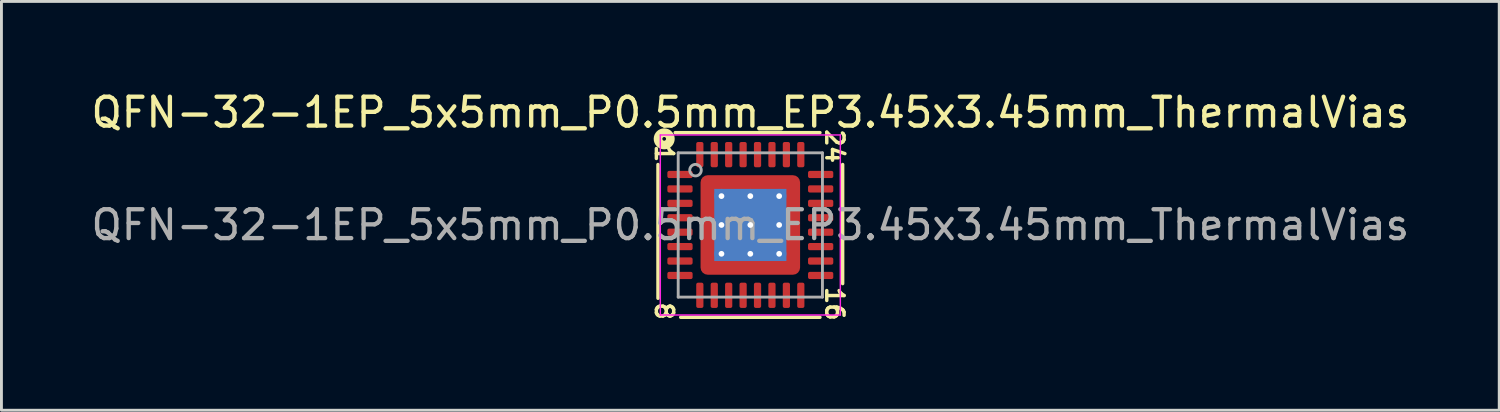
<source format=kicad_pcb>
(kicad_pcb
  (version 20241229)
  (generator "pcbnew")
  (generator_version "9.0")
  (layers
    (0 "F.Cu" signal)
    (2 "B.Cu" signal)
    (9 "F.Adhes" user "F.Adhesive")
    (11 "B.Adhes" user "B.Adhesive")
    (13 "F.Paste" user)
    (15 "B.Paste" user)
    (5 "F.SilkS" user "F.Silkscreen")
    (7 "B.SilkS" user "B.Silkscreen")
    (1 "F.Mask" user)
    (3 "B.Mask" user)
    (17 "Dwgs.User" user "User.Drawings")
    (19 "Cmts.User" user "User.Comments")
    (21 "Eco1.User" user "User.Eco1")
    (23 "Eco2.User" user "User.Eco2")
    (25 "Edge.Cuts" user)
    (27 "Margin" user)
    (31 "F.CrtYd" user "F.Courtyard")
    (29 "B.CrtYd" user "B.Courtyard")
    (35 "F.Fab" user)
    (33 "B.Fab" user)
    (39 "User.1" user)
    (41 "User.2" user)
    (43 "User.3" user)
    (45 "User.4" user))
  (footprint "QFN-32-1EP_5x5mm_P0.5mm_EP3.45x3.45mm_ThermalVias"
    (layer "F.Cu")
    (at 22.958 4.748)
    (property "Reference" "QFN-32-1EP_5x5mm_P0.5mm_EP3.45x3.45mm_ThermalVias" (at 0 -3.9 0) (layer "F.SilkS") (effects (font (size 1 1) (thickness 0.15))))
    (attr smd)
    (fp_line (start -3.2 -2.095) (end -3.2 2.54) (stroke (width 0.12) (type solid)) (layer "F.SilkS"))
    (fp_line (start -2.413 3.2) (end 2.413 3.2) (stroke (width 0.12) (type solid)) (layer "F.SilkS"))
    (fp_line (start 2.413 -3.2) (end -2.603 -3.2) (stroke (width 0.12) (type solid)) (layer "F.SilkS"))
    (fp_line (start 3.2 2.032) (end 3.2 -2.095) (stroke (width 0.12) (type solid)) (layer "F.SilkS"))
    (fp_circle (center -2.985 -2.985) (end -2.921 -2.985) (stroke (width 0.3) (type solid)) (fill no) (layer "F.SilkS"))
    (fp_line (start -3.12 -3.12) (end -3.12 3.12) (stroke (width 0.05) (type solid)) (layer "F.CrtYd"))
    (fp_line (start -3.12 3.12) (end 3.12 3.12) (stroke (width 0.05) (type solid)) (layer "F.CrtYd"))
    (fp_line (start 3.12 -3.12) (end -3.12 -3.12) (stroke (width 0.05) (type solid)) (layer "F.CrtYd"))
    (fp_line (start 3.12 3.12) (end 3.12 -3.12) (stroke (width 0.05) (type solid)) (layer "F.CrtYd"))
    (fp_line (start -2.5 -2.5) (end 2.5 -2.5) (stroke (width 0.1) (type solid)) (layer "F.Fab"))
    (fp_line (start -2.5 2.5) (end -2.5 -2.5) (stroke (width 0.1) (type solid)) (layer "F.Fab"))
    (fp_line (start 2.5 -2.5) (end 2.5 2.5) (stroke (width 0.1) (type solid)) (layer "F.Fab"))
    (fp_line (start 2.5 2.5) (end -2.5 2.5) (stroke (width 0.1) (type solid)) (layer "F.Fab"))
    (fp_circle (center -1.9 -1.9) (end -1.7 -1.9) (stroke (width 0.1) (type solid)) (fill no) (layer "F.Fab"))
    (fp_text user "16" (at 2.921 2.731 270) (unlocked yes) (layer "F.SilkS") (effects (font (size 0.6 0.6) (thickness 0.12))))
    (fp_text user "8" (at -2.985 2.985 270) (unlocked yes) (layer "F.SilkS") (effects (font (size 0.6 0.6) (thickness 0.12))))
    (fp_text user "1" (at -2.985 -2.477 270) (unlocked yes) (layer "F.SilkS") (effects (font (size 0.6 0.6) (thickness 0.12))))
    (fp_text user "24" (at 2.921 -2.731 270) (unlocked yes) (layer "F.SilkS") (effects (font (size 0.6 0.6) (thickness 0.12))))
    (fp_text user "${REFERENCE}" (at 0 0 0) (layer "F.Fab") (effects (font (size 1 1) (thickness 0.15))))
    (pad "" smd custom (at -1.363 -1.363) (size 0.484 0.484) (layers "F.Paste") (options (anchor circle)) (primitives (gr_poly (pts (xy 0.192 0.108) (xy 0.108 0.192) (xy -0.192 0.192) (xy -0.192 -0.192) (xy 0.192 -0.192)) (width 0.201) (fill yes))))
    (pad "" smd custom (at -1.363 -0.5) (size 0.503 0.503) (layers "F.Paste") (options (anchor circle)) (primitives (gr_poly (pts (xy 0.21 -0.254) (xy 0.21 0.254) (xy 0.143 0.321) (xy -0.21 0.321) (xy -0.21 -0.321) (xy 0.143 -0.321)) (width 0.164) (fill yes))))
    (pad "" smd custom (at -1.363 0.5) (size 0.503 0.503) (layers "F.Paste") (options (anchor circle)) (primitives (gr_poly (pts (xy 0.21 -0.254) (xy 0.21 0.254) (xy 0.143 0.321) (xy -0.21 0.321) (xy -0.21 -0.321) (xy 0.143 -0.321)) (width 0.164) (fill yes))))
    (pad "" smd custom (at -1.363 1.363) (size 0.484 0.484) (layers "F.Paste") (options (anchor circle)) (primitives (gr_poly (pts (xy 0.192 -0.108) (xy 0.192 0.192) (xy -0.192 0.192) (xy -0.192 -0.192) (xy 0.108 -0.192)) (width 0.201) (fill yes))))
    (pad "" smd custom (at -0.5 -1.363) (size 0.503 0.503) (layers "F.Paste") (options (anchor circle)) (primitives (gr_poly (pts (xy 0.321 0.143) (xy 0.254 0.21) (xy -0.254 0.21) (xy -0.321 0.143) (xy -0.321 -0.21) (xy 0.321 -0.21)) (width 0.164) (fill yes))))
    (pad "" smd roundrect (at -0.5 -0.5) (size 0.806 0.806) (layers "F.Paste") (roundrect_rratio 0.25))
    (pad "" smd roundrect (at -0.5 0.5) (size 0.806 0.806) (layers "F.Paste") (roundrect_rratio 0.25))
    (pad "" smd custom (at -0.5 1.363) (size 0.503 0.503) (layers "F.Paste") (options (anchor circle)) (primitives (gr_poly (pts (xy 0.321 -0.143) (xy 0.321 0.21) (xy -0.321 0.21) (xy -0.321 -0.143) (xy -0.254 -0.21) (xy 0.254 -0.21)) (width 0.164) (fill yes))))
    (pad "" smd custom (at 0.5 -1.363) (size 0.503 0.503) (layers "F.Paste") (options (anchor circle)) (primitives (gr_poly (pts (xy 0.321 0.143) (xy 0.254 0.21) (xy -0.254 0.21) (xy -0.321 0.143) (xy -0.321 -0.21) (xy 0.321 -0.21)) (width 0.164) (fill yes))))
    (pad "" smd roundrect (at 0.5 -0.5) (size 0.806 0.806) (layers "F.Paste") (roundrect_rratio 0.25))
    (pad "" smd roundrect (at 0.5 0.5) (size 0.806 0.806) (layers "F.Paste") (roundrect_rratio 0.25))
    (pad "" smd custom (at 0.5 1.363) (size 0.503 0.503) (layers "F.Paste") (options (anchor circle)) (primitives (gr_poly (pts (xy 0.321 -0.143) (xy 0.321 0.21) (xy -0.321 0.21) (xy -0.321 -0.143) (xy -0.254 -0.21) (xy 0.254 -0.21)) (width 0.164) (fill yes))))
    (pad "" smd custom (at 1.363 -1.363) (size 0.484 0.484) (layers "F.Paste") (options (anchor circle)) (primitives (gr_poly (pts (xy 0.192 0.192) (xy -0.108 0.192) (xy -0.192 0.108) (xy -0.192 -0.192) (xy 0.192 -0.192)) (width 0.201) (fill yes))))
    (pad "" smd custom (at 1.363 -0.5) (size 0.503 0.503) (layers "F.Paste") (options (anchor circle)) (primitives (gr_poly (pts (xy 0.21 0.321) (xy -0.143 0.321) (xy -0.21 0.254) (xy -0.21 -0.254) (xy -0.143 -0.321) (xy 0.21 -0.321)) (width 0.164) (fill yes))))
    (pad "" smd custom (at 1.363 0.5) (size 0.503 0.503) (layers "F.Paste") (options (anchor circle)) (primitives (gr_poly (pts (xy 0.21 0.321) (xy -0.143 0.321) (xy -0.21 0.254) (xy -0.21 -0.254) (xy -0.143 -0.321) (xy 0.21 -0.321)) (width 0.164) (fill yes))))
    (pad "" smd custom (at 1.363 1.363) (size 0.484 0.484) (layers "F.Paste") (options (anchor circle)) (primitives (gr_poly (pts (xy 0.192 0.192) (xy -0.192 0.192) (xy -0.192 -0.108) (xy -0.108 -0.192) (xy 0.192 -0.192)) (width 0.201) (fill yes))))
    (pad "1" smd roundrect (at -2.438 -1.75) (size 0.875 0.25) (layers "F.Cu" "F.Mask" "F.Paste") (roundrect_rratio 0.25))
    (pad "2" smd roundrect (at -2.438 -1.25) (size 0.875 0.25) (layers "F.Cu" "F.Mask" "F.Paste") (roundrect_rratio 0.25))
    (pad "3" smd roundrect (at -2.438 -0.75) (size 0.875 0.25) (layers "F.Cu" "F.Mask" "F.Paste") (roundrect_rratio 0.25))
    (pad "4" smd roundrect (at -2.438 -0.25) (size 0.875 0.25) (layers "F.Cu" "F.Mask" "F.Paste") (roundrect_rratio 0.25))
    (pad "5" smd roundrect (at -2.438 0.25) (size 0.875 0.25) (layers "F.Cu" "F.Mask" "F.Paste") (roundrect_rratio 0.25))
    (pad "6" smd roundrect (at -2.438 0.75) (size 0.875 0.25) (layers "F.Cu" "F.Mask" "F.Paste") (roundrect_rratio 0.25))
    (pad "7" smd roundrect (at -2.438 1.25) (size 0.875 0.25) (layers "F.Cu" "F.Mask" "F.Paste") (roundrect_rratio 0.25))
    (pad "8" smd roundrect (at -2.438 1.75) (size 0.875 0.25) (layers "F.Cu" "F.Mask" "F.Paste") (roundrect_rratio 0.25))
    (pad "9" smd roundrect (at -1.75 2.438) (size 0.25 0.875) (layers "F.Cu" "F.Mask" "F.Paste") (roundrect_rratio 0.25))
    (pad "10" smd roundrect (at -1.25 2.438) (size 0.25 0.875) (layers "F.Cu" "F.Mask" "F.Paste") (roundrect_rratio 0.25))
    (pad "11" smd roundrect (at -0.75 2.438) (size 0.25 0.875) (layers "F.Cu" "F.Mask" "F.Paste") (roundrect_rratio 0.25))
    (pad "12" smd roundrect (at -0.25 2.438) (size 0.25 0.875) (layers "F.Cu" "F.Mask" "F.Paste") (roundrect_rratio 0.25))
    (pad "13" smd roundrect (at 0.25 2.438) (size 0.25 0.875) (layers "F.Cu" "F.Mask" "F.Paste") (roundrect_rratio 0.25))
    (pad "14" smd roundrect (at 0.75 2.438) (size 0.25 0.875) (layers "F.Cu" "F.Mask" "F.Paste") (roundrect_rratio 0.25))
    (pad "15" smd roundrect (at 1.25 2.438) (size 0.25 0.875) (layers "F.Cu" "F.Mask" "F.Paste") (roundrect_rratio 0.25))
    (pad "16" smd roundrect (at 1.75 2.438) (size 0.25 0.875) (layers "F.Cu" "F.Mask" "F.Paste") (roundrect_rratio 0.25))
    (pad "17" smd roundrect (at 2.438 1.75) (size 0.875 0.25) (layers "F.Cu" "F.Mask" "F.Paste") (roundrect_rratio 0.25))
    (pad "18" smd roundrect (at 2.438 1.25) (size 0.875 0.25) (layers "F.Cu" "F.Mask" "F.Paste") (roundrect_rratio 0.25))
    (pad "19" smd roundrect (at 2.438 0.75) (size 0.875 0.25) (layers "F.Cu" "F.Mask" "F.Paste") (roundrect_rratio 0.25))
    (pad "20" smd roundrect (at 2.438 0.25) (size 0.875 0.25) (layers "F.Cu" "F.Mask" "F.Paste") (roundrect_rratio 0.25))
    (pad "21" smd roundrect (at 2.438 -0.25) (size 0.875 0.25) (layers "F.Cu" "F.Mask" "F.Paste") (roundrect_rratio 0.25))
    (pad "22" smd roundrect (at 2.438 -0.75) (size 0.875 0.25) (layers "F.Cu" "F.Mask" "F.Paste") (roundrect_rratio 0.25))
    (pad "23" smd roundrect (at 2.438 -1.25) (size 0.875 0.25) (layers "F.Cu" "F.Mask" "F.Paste") (roundrect_rratio 0.25))
    (pad "24" smd roundrect (at 2.438 -1.75) (size 0.875 0.25) (layers "F.Cu" "F.Mask" "F.Paste") (roundrect_rratio 0.25))
    (pad "25" smd roundrect (at 1.75 -2.438) (size 0.25 0.875) (layers "F.Cu" "F.Mask" "F.Paste") (roundrect_rratio 0.25))
    (pad "26" smd roundrect (at 1.25 -2.438) (size 0.25 0.875) (layers "F.Cu" "F.Mask" "F.Paste") (roundrect_rratio 0.25))
    (pad "27" smd roundrect (at 0.75 -2.438) (size 0.25 0.875) (layers "F.Cu" "F.Mask" "F.Paste") (roundrect_rratio 0.25))
    (pad "28" smd roundrect (at 0.25 -2.438) (size 0.25 0.875) (layers "F.Cu" "F.Mask" "F.Paste") (roundrect_rratio 0.25))
    (pad "29" smd roundrect (at -0.25 -2.438) (size 0.25 0.875) (layers "F.Cu" "F.Mask" "F.Paste") (roundrect_rratio 0.25))
    (pad "30" smd roundrect (at -0.75 -2.438) (size 0.25 0.875) (layers "F.Cu" "F.Mask" "F.Paste") (roundrect_rratio 0.25))
    (pad "31" smd roundrect (at -1.25 -2.438) (size 0.25 0.875) (layers "F.Cu" "F.Mask" "F.Paste") (roundrect_rratio 0.25))
    (pad "32" smd roundrect (at -1.75 -2.438) (size 0.25 0.875) (layers "F.Cu" "F.Mask" "F.Paste") (roundrect_rratio 0.25))
    (pad "33" thru_hole circle (at -1 -1) (size 0.5 0.5) (drill 0.2) (property pad_prop_heatsink) (layers "*.Cu"))
    (pad "33" thru_hole circle (at -1 0) (size 0.5 0.5) (drill 0.2) (property pad_prop_heatsink) (layers "*.Cu"))
    (pad "33" thru_hole circle (at -1 1) (size 0.5 0.5) (drill 0.2) (property pad_prop_heatsink) (layers "*.Cu"))
    (pad "33" thru_hole circle (at 0 -1) (size 0.5 0.5) (drill 0.2) (property pad_prop_heatsink) (layers "*.Cu"))
    (pad "33" thru_hole circle (at 0 0) (size 0.5 0.5) (drill 0.2) (property pad_prop_heatsink) (layers "*.Cu"))
    (pad "33" smd rect (at 0 0) (size 2.5 2.5) (layers "B.Cu" "B.Mask"))
    (pad "33" smd roundrect (at 0 0) (size 3.45 3.45) (layers "F.Cu" "F.Mask") (roundrect_rratio 0.072))
    (pad "33" thru_hole circle (at 0 1) (size 0.5 0.5) (drill 0.2) (property pad_prop_heatsink) (layers "*.Cu"))
    (pad "33" thru_hole circle (at 1 -1) (size 0.5 0.5) (drill 0.2) (property pad_prop_heatsink) (layers "*.Cu"))
    (pad "33" thru_hole circle (at 1 0) (size 0.5 0.5) (drill 0.2) (property pad_prop_heatsink) (layers "*.Cu"))
    (pad "33" thru_hole circle (at 1 1) (size 0.5 0.5) (drill 0.2) (property pad_prop_heatsink) (layers "*.Cu")))
  (gr_rect
    (start -3 -3)
    (end 48.917 11.17)
    (stroke (width 0.1) (type default))
    (fill no)
    (layer "Edge.Cuts")))
</source>
